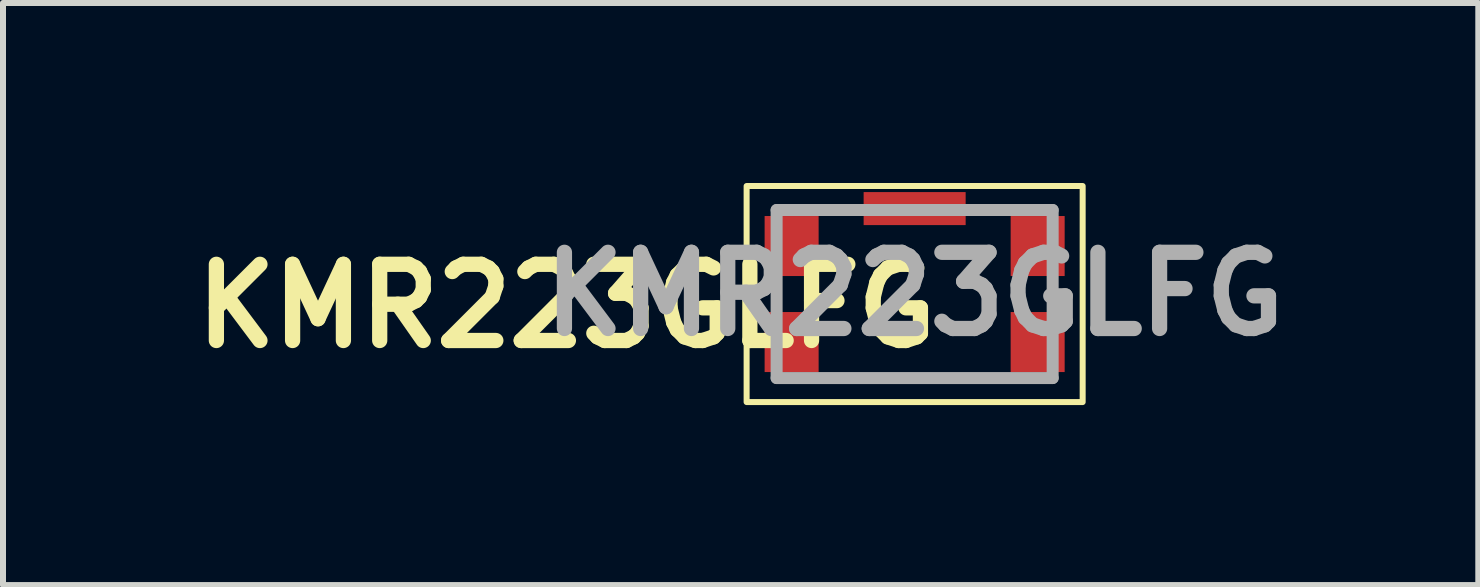
<source format=kicad_pcb>
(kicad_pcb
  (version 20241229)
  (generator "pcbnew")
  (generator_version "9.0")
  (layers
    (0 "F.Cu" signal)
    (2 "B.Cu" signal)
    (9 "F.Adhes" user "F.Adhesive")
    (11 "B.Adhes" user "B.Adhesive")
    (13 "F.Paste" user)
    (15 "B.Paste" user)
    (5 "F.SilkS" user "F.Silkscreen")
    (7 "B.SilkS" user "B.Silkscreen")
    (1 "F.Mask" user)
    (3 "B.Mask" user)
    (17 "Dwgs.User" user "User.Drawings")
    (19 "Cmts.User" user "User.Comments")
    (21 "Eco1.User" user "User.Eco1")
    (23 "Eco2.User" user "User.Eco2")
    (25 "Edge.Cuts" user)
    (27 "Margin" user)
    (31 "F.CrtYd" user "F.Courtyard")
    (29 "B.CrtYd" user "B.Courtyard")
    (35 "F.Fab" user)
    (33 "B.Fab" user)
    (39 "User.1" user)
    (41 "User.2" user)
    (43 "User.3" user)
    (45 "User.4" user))
  (footprint "KMR223GLFG"
    (layer "F.Cu")
    (at 12.192 1.85)
    (property "Reference" "KMR223GLFG" (at -5.8 0.2 0) (layer "F.SilkS") (effects (font (size 1.27 1.27) (thickness 0.254))))
    (attr smd)
    (fp_rect (start -2.8 -1.8) (end 2.8 1.8) (stroke (width 0.1) (type default)) (fill no) (layer "F.SilkS"))
    (fp_line (start -2.3 -1.4) (end -2.3 1.4) (stroke (width 0.2) (type solid)) (layer "F.Fab"))
    (fp_line (start -2.3 1.4) (end 2.3 1.4) (stroke (width 0.2) (type solid)) (layer "F.Fab"))
    (fp_line (start 2.3 -1.4) (end -2.3 -1.4) (stroke (width 0.2) (type solid)) (layer "F.Fab"))
    (fp_line (start 2.3 1.4) (end 2.3 -1.4) (stroke (width 0.2) (type solid)) (layer "F.Fab"))
    (fp_text user "${REFERENCE}" (at 0 0 0) (layer "F.Fab") (effects (font (size 1.27 1.27) (thickness 0.254))))
    (pad "1" smd rect (at -2.05 -0.8) (size 0.9 1) (layers "F.Cu" "F.Mask" "F.Paste"))
    (pad "2" smd rect (at -2.05 0.8) (size 0.9 1) (layers "F.Cu" "F.Mask" "F.Paste"))
    (pad "3" smd rect (at 2.05 0.8) (size 0.9 1) (layers "F.Cu" "F.Mask" "F.Paste"))
    (pad "4" smd rect (at 2.05 -0.8) (size 0.9 1) (layers "F.Cu" "F.Mask" "F.Paste"))
    (pad "G1" smd rect (at 0 -1.424 90) (size 0.55 1.7) (layers "F.Cu" "F.Mask" "F.Paste")))
  (gr_rect
    (start -3 -3)
    (end 21.585 6.7)
    (stroke (width 0.1) (type default))
    (fill no)
    (layer "Edge.Cuts")))
</source>
